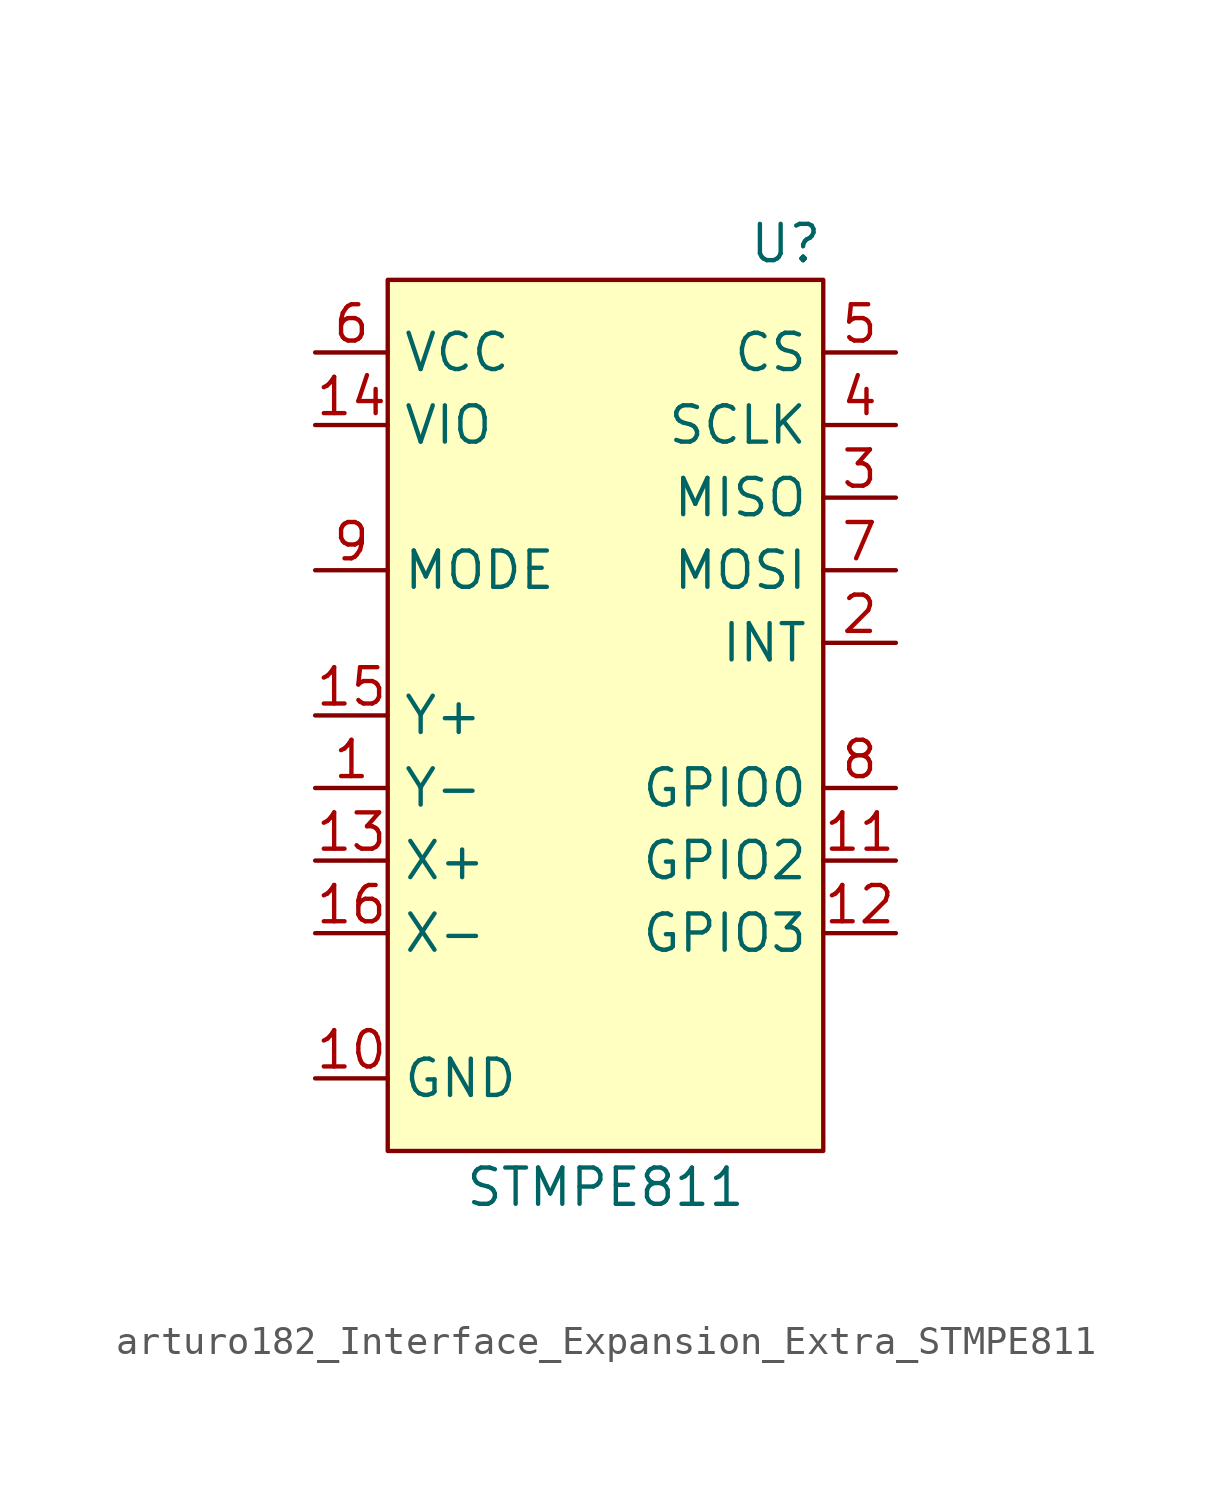
<source format=kicad_sym>
(kicad_symbol_lib
  (version 20220914)
  (generator kicad_symbol_editor)
  (symbol "Interface_Expansion_Extra:arturo182_Interface_Expansion_Extra_STMPE811"
    (property "Reference" "U"
      (at 7.62 16.51 0)
      (effects (font (size 1.27 1.27)) (justify right)))
    (property "Value" "STMPE811"
      (at 0 -16.51 0)
      (effects (font (size 1.27 1.27))))
    (symbol "arturo182_Interface_Expansion_Extra_STMPE811_0_1"
      (rectangle (start -7.62 15.24) (end 7.62 -15.24) (stroke (width 0)) (fill (type background))))
    (symbol "arturo182_Interface_Expansion_Extra_STMPE811_1_1"
      (pin input line (at -10.16 -2.54 0) (length 2.54) (name "Y-" (effects (font (size 1.27 1.27)))) (number "1" (effects (font (size 1.27 1.27)))))
      (pin power_in line (at -10.16 -12.7 0) (length 2.54) (name "GND" (effects (font (size 1.27 1.27)))) (number "10" (effects (font (size 1.27 1.27)))))
      (pin bidirectional line (at 10.16 -5.08 180) (length 2.54) (name "GPIO2" (effects (font (size 1.27 1.27)))) (number "11" (effects (font (size 1.27 1.27)))))
      (pin bidirectional line (at 10.16 -7.62 180) (length 2.54) (name "GPIO3" (effects (font (size 1.27 1.27)))) (number "12" (effects (font (size 1.27 1.27)))))
      (pin input line (at -10.16 -5.08 0) (length 2.54) (name "X+" (effects (font (size 1.27 1.27)))) (number "13" (effects (font (size 1.27 1.27)))))
      (pin power_in line (at -10.16 10.16 0) (length 2.54) (name "VIO" (effects (font (size 1.27 1.27)))) (number "14" (effects (font (size 1.27 1.27)))))
      (pin input line (at -10.16 0 0) (length 2.54) (name "Y+" (effects (font (size 1.27 1.27)))) (number "15" (effects (font (size 1.27 1.27)))))
      (pin input line (at -10.16 -7.62 0) (length 2.54) (name "X-" (effects (font (size 1.27 1.27)))) (number "16" (effects (font (size 1.27 1.27)))))
      (pin output line (at 10.16 2.54 180) (length 2.54) (name "INT" (effects (font (size 1.27 1.27)))) (number "2" (effects (font (size 1.27 1.27)))))
      (pin bidirectional line (at 10.16 7.62 180) (length 2.54) (name "MISO" (effects (font (size 1.27 1.27)))) (number "3" (effects (font (size 1.27 1.27)))))
      (pin input line (at 10.16 10.16 180) (length 2.54) (name "SCLK" (effects (font (size 1.27 1.27)))) (number "4" (effects (font (size 1.27 1.27)))))
      (pin input line (at 10.16 12.7 180) (length 2.54) (name "CS" (effects (font (size 1.27 1.27)))) (number "5" (effects (font (size 1.27 1.27)))))
      (pin power_in line (at -10.16 12.7 0) (length 2.54) (name "VCC" (effects (font (size 1.27 1.27)))) (number "6" (effects (font (size 1.27 1.27)))))
      (pin input line (at 10.16 5.08 180) (length 2.54) (name "MOSI" (effects (font (size 1.27 1.27)))) (number "7" (effects (font (size 1.27 1.27)))))
      (pin bidirectional line (at 10.16 -2.54 180) (length 2.54) (name "GPIO0" (effects (font (size 1.27 1.27)))) (number "8" (effects (font (size 1.27 1.27)))))
      (pin input line (at -10.16 5.08 0) (length 2.54) (name "MODE" (effects (font (size 1.27 1.27)))) (number "9" (effects (font (size 1.27 1.27))))))))
</source>
